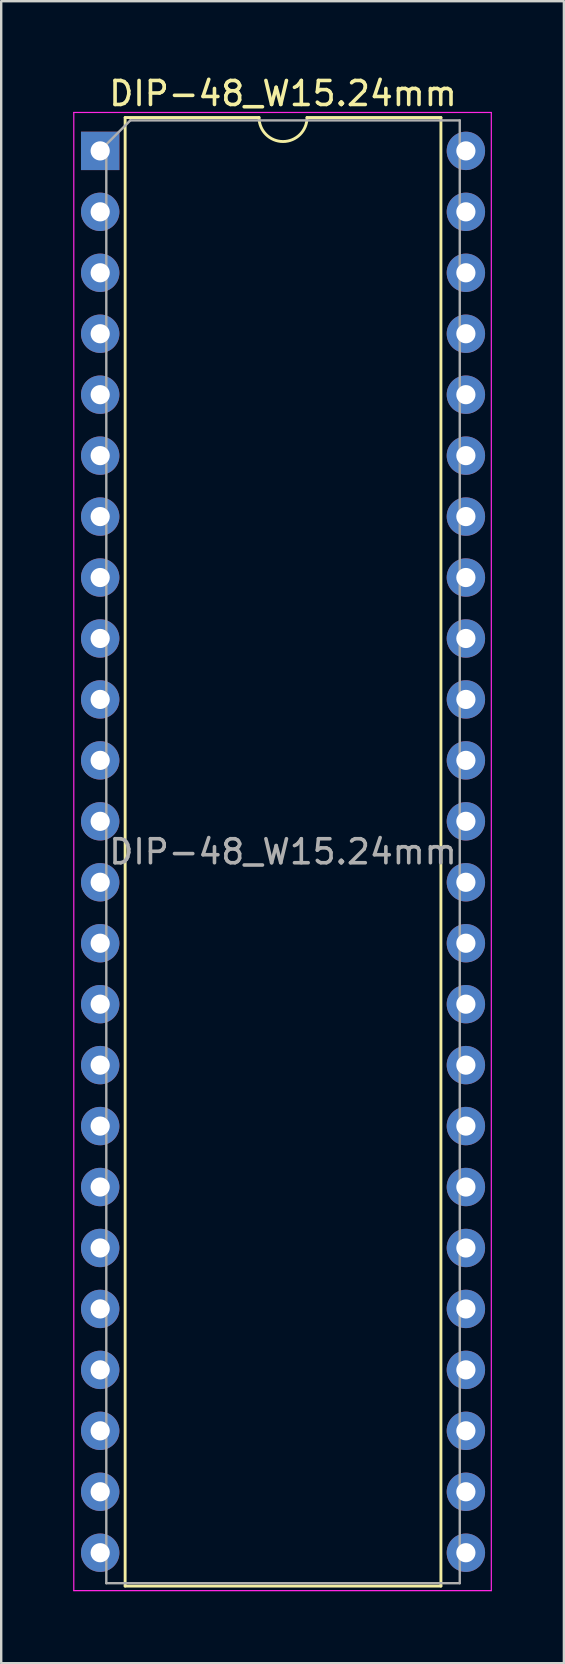
<source format=kicad_pcb>
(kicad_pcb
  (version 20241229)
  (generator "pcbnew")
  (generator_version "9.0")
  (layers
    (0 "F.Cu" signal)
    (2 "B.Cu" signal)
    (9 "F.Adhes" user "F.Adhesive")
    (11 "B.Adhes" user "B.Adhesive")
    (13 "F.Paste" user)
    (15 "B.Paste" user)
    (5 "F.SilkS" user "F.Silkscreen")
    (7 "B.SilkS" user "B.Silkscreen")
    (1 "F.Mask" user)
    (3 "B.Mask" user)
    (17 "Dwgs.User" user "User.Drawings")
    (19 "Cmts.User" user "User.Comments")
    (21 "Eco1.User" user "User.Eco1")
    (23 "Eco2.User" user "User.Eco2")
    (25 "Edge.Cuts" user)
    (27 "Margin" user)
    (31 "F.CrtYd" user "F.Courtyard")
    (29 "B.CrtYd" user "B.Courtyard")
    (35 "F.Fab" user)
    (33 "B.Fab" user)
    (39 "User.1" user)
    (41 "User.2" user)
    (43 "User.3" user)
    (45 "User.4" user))
  (footprint "DIP-48_W15.24mm"
    (layer "F.Cu")
    (at 1.125 3.238)
    (property "Reference" "DIP-48_W15.24mm" (at 7.62 -2.39 0) (layer "F.SilkS") (effects (font (size 1 1) (thickness 0.15))))
    (attr through_hole)
    (fp_line (start 1.04 -1.39) (end 1.04 59.81) (stroke (width 0.12) (type solid)) (layer "F.SilkS"))
    (fp_line (start 1.04 59.81) (end 14.2 59.81) (stroke (width 0.12) (type solid)) (layer "F.SilkS"))
    (fp_line (start 6.62 -1.39) (end 1.04 -1.39) (stroke (width 0.12) (type solid)) (layer "F.SilkS"))
    (fp_line (start 14.2 -1.39) (end 8.62 -1.39) (stroke (width 0.12) (type solid)) (layer "F.SilkS"))
    (fp_line (start 14.2 59.81) (end 14.2 -1.39) (stroke (width 0.12) (type solid)) (layer "F.SilkS"))
    (fp_arc (start 8.62 -1.39) (mid 7.62 -0.39) (end 6.62 -1.39) (stroke (width 0.12) (type solid)) (layer "F.SilkS"))
    (fp_line (start -1.1 -1.6) (end -1.1 60) (stroke (width 0.05) (type solid)) (layer "F.CrtYd"))
    (fp_line (start -1.1 60) (end 16.3 60) (stroke (width 0.05) (type solid)) (layer "F.CrtYd"))
    (fp_line (start 16.3 -1.6) (end -1.1 -1.6) (stroke (width 0.05) (type solid)) (layer "F.CrtYd"))
    (fp_line (start 16.3 60) (end 16.3 -1.6) (stroke (width 0.05) (type solid)) (layer "F.CrtYd"))
    (fp_line (start 0.255 -0.27) (end 1.255 -1.27) (stroke (width 0.1) (type solid)) (layer "F.Fab"))
    (fp_line (start 0.255 59.69) (end 0.255 -0.27) (stroke (width 0.1) (type solid)) (layer "F.Fab"))
    (fp_line (start 1.255 -1.27) (end 14.985 -1.27) (stroke (width 0.1) (type solid)) (layer "F.Fab"))
    (fp_line (start 14.985 -1.27) (end 14.985 59.69) (stroke (width 0.1) (type solid)) (layer "F.Fab"))
    (fp_line (start 14.985 59.69) (end 0.255 59.69) (stroke (width 0.1) (type solid)) (layer "F.Fab"))
    (fp_text user "${REFERENCE}" (at 7.62 29.21 0) (layer "F.Fab") (effects (font (size 1 1) (thickness 0.15))))
    (pad "1" thru_hole rect (at 0 0) (size 1.6 1.6) (drill 0.8) (layers "*.Cu" "*.Mask"))
    (pad "2" thru_hole oval (at 0 2.54) (size 1.6 1.6) (drill 0.8) (layers "*.Cu" "*.Mask"))
    (pad "3" thru_hole oval (at 0 5.08) (size 1.6 1.6) (drill 0.8) (layers "*.Cu" "*.Mask"))
    (pad "4" thru_hole oval (at 0 7.62) (size 1.6 1.6) (drill 0.8) (layers "*.Cu" "*.Mask"))
    (pad "5" thru_hole oval (at 0 10.16) (size 1.6 1.6) (drill 0.8) (layers "*.Cu" "*.Mask"))
    (pad "6" thru_hole oval (at 0 12.7) (size 1.6 1.6) (drill 0.8) (layers "*.Cu" "*.Mask"))
    (pad "7" thru_hole oval (at 0 15.24) (size 1.6 1.6) (drill 0.8) (layers "*.Cu" "*.Mask"))
    (pad "8" thru_hole oval (at 0 17.78) (size 1.6 1.6) (drill 0.8) (layers "*.Cu" "*.Mask"))
    (pad "9" thru_hole oval (at 0 20.32) (size 1.6 1.6) (drill 0.8) (layers "*.Cu" "*.Mask"))
    (pad "10" thru_hole oval (at 0 22.86) (size 1.6 1.6) (drill 0.8) (layers "*.Cu" "*.Mask"))
    (pad "11" thru_hole oval (at 0 25.4) (size 1.6 1.6) (drill 0.8) (layers "*.Cu" "*.Mask"))
    (pad "12" thru_hole oval (at 0 27.94) (size 1.6 1.6) (drill 0.8) (layers "*.Cu" "*.Mask"))
    (pad "13" thru_hole oval (at 0 30.48) (size 1.6 1.6) (drill 0.8) (layers "*.Cu" "*.Mask"))
    (pad "14" thru_hole oval (at 0 33.02) (size 1.6 1.6) (drill 0.8) (layers "*.Cu" "*.Mask"))
    (pad "15" thru_hole oval (at 0 35.56) (size 1.6 1.6) (drill 0.8) (layers "*.Cu" "*.Mask"))
    (pad "16" thru_hole oval (at 0 38.1) (size 1.6 1.6) (drill 0.8) (layers "*.Cu" "*.Mask"))
    (pad "17" thru_hole oval (at 0 40.64) (size 1.6 1.6) (drill 0.8) (layers "*.Cu" "*.Mask"))
    (pad "18" thru_hole oval (at 0 43.18) (size 1.6 1.6) (drill 0.8) (layers "*.Cu" "*.Mask"))
    (pad "19" thru_hole oval (at 0 45.72) (size 1.6 1.6) (drill 0.8) (layers "*.Cu" "*.Mask"))
    (pad "20" thru_hole oval (at 0 48.26) (size 1.6 1.6) (drill 0.8) (layers "*.Cu" "*.Mask"))
    (pad "21" thru_hole oval (at 0 50.8) (size 1.6 1.6) (drill 0.8) (layers "*.Cu" "*.Mask"))
    (pad "22" thru_hole oval (at 0 53.34) (size 1.6 1.6) (drill 0.8) (layers "*.Cu" "*.Mask"))
    (pad "23" thru_hole oval (at 0 55.88) (size 1.6 1.6) (drill 0.8) (layers "*.Cu" "*.Mask"))
    (pad "24" thru_hole oval (at 0 58.42) (size 1.6 1.6) (drill 0.8) (layers "*.Cu" "*.Mask"))
    (pad "25" thru_hole oval (at 15.24 58.42) (size 1.6 1.6) (drill 0.8) (layers "*.Cu" "*.Mask"))
    (pad "26" thru_hole oval (at 15.24 55.88) (size 1.6 1.6) (drill 0.8) (layers "*.Cu" "*.Mask"))
    (pad "27" thru_hole oval (at 15.24 53.34) (size 1.6 1.6) (drill 0.8) (layers "*.Cu" "*.Mask"))
    (pad "28" thru_hole oval (at 15.24 50.8) (size 1.6 1.6) (drill 0.8) (layers "*.Cu" "*.Mask"))
    (pad "29" thru_hole oval (at 15.24 48.26) (size 1.6 1.6) (drill 0.8) (layers "*.Cu" "*.Mask"))
    (pad "30" thru_hole oval (at 15.24 45.72) (size 1.6 1.6) (drill 0.8) (layers "*.Cu" "*.Mask"))
    (pad "31" thru_hole oval (at 15.24 43.18) (size 1.6 1.6) (drill 0.8) (layers "*.Cu" "*.Mask"))
    (pad "32" thru_hole oval (at 15.24 40.64) (size 1.6 1.6) (drill 0.8) (layers "*.Cu" "*.Mask"))
    (pad "33" thru_hole oval (at 15.24 38.1) (size 1.6 1.6) (drill 0.8) (layers "*.Cu" "*.Mask"))
    (pad "34" thru_hole oval (at 15.24 35.56) (size 1.6 1.6) (drill 0.8) (layers "*.Cu" "*.Mask"))
    (pad "35" thru_hole oval (at 15.24 33.02) (size 1.6 1.6) (drill 0.8) (layers "*.Cu" "*.Mask"))
    (pad "36" thru_hole oval (at 15.24 30.48) (size 1.6 1.6) (drill 0.8) (layers "*.Cu" "*.Mask"))
    (pad "37" thru_hole oval (at 15.24 27.94) (size 1.6 1.6) (drill 0.8) (layers "*.Cu" "*.Mask"))
    (pad "38" thru_hole oval (at 15.24 25.4) (size 1.6 1.6) (drill 0.8) (layers "*.Cu" "*.Mask"))
    (pad "39" thru_hole oval (at 15.24 22.86) (size 1.6 1.6) (drill 0.8) (layers "*.Cu" "*.Mask"))
    (pad "40" thru_hole oval (at 15.24 20.32) (size 1.6 1.6) (drill 0.8) (layers "*.Cu" "*.Mask"))
    (pad "41" thru_hole oval (at 15.24 17.78) (size 1.6 1.6) (drill 0.8) (layers "*.Cu" "*.Mask"))
    (pad "42" thru_hole oval (at 15.24 15.24) (size 1.6 1.6) (drill 0.8) (layers "*.Cu" "*.Mask"))
    (pad "43" thru_hole oval (at 15.24 12.7) (size 1.6 1.6) (drill 0.8) (layers "*.Cu" "*.Mask"))
    (pad "44" thru_hole oval (at 15.24 10.16) (size 1.6 1.6) (drill 0.8) (layers "*.Cu" "*.Mask"))
    (pad "45" thru_hole oval (at 15.24 7.62) (size 1.6 1.6) (drill 0.8) (layers "*.Cu" "*.Mask"))
    (pad "46" thru_hole oval (at 15.24 5.08) (size 1.6 1.6) (drill 0.8) (layers "*.Cu" "*.Mask"))
    (pad "47" thru_hole oval (at 15.24 2.54) (size 1.6 1.6) (drill 0.8) (layers "*.Cu" "*.Mask"))
    (pad "48" thru_hole oval (at 15.24 0) (size 1.6 1.6) (drill 0.8) (layers "*.Cu" "*.Mask")))
  (gr_rect
    (start -3 -3)
    (end 20.45 66.263)
    (stroke (width 0.1) (type default))
    (fill no)
    (layer "Edge.Cuts")))
</source>
